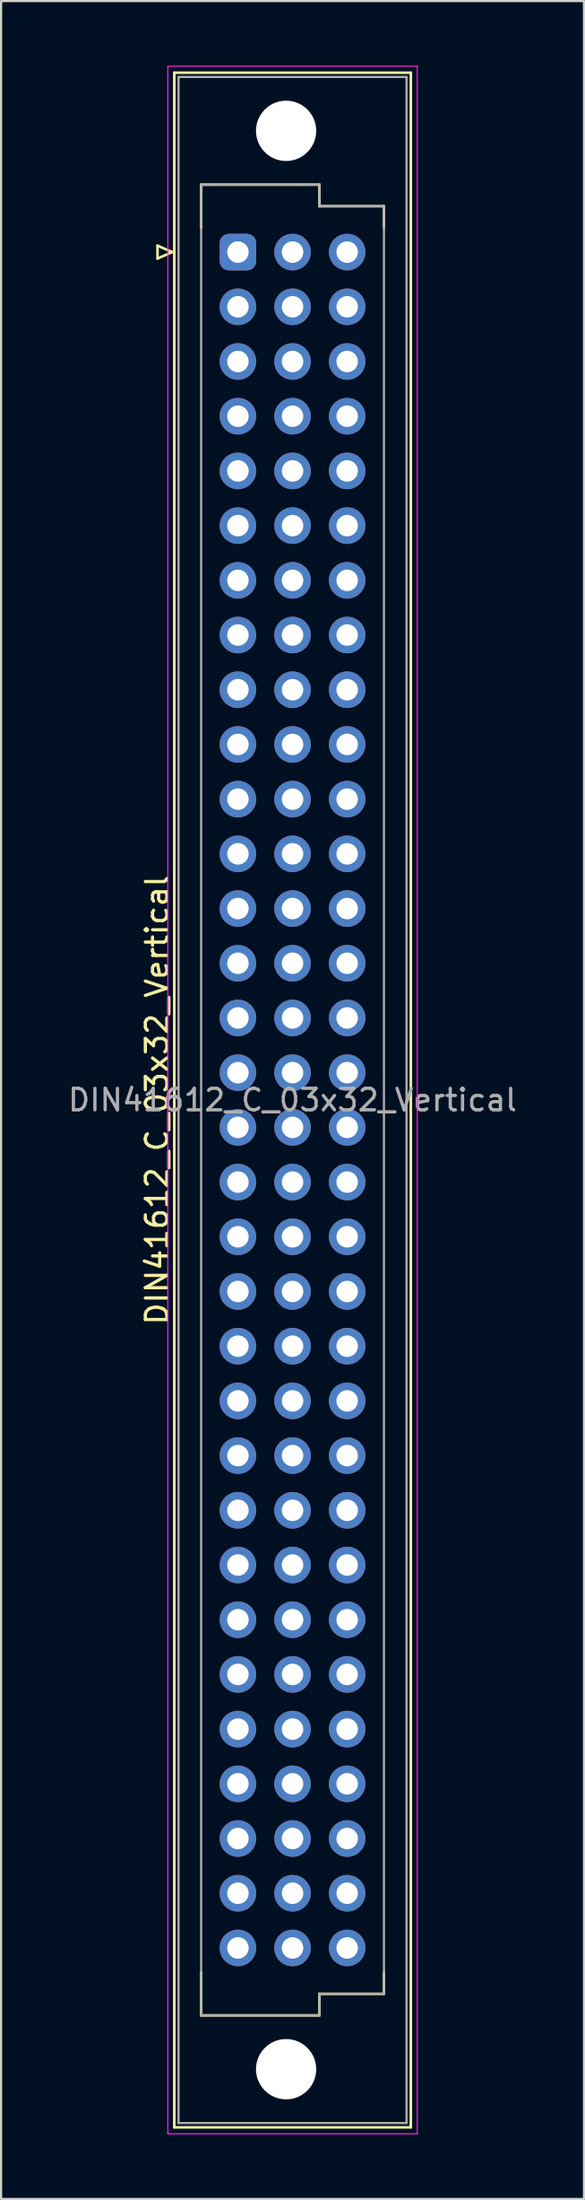
<source format=kicad_pcb>
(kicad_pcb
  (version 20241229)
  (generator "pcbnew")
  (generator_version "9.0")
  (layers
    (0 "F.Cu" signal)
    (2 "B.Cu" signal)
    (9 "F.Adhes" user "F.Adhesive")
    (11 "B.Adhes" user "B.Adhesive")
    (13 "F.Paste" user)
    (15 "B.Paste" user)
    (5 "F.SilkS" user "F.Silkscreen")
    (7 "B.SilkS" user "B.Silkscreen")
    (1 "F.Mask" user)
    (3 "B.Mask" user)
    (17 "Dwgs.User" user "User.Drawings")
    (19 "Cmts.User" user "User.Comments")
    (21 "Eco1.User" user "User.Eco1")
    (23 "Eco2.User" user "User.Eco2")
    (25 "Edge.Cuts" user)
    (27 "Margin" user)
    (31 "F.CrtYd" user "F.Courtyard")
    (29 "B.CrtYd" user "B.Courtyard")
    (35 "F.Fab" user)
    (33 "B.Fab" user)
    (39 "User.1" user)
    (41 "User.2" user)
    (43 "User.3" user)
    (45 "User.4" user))
  (footprint "DIN41612_C_03x32_Vertical"
    (layer "F.Cu")
    (at 8.014 8.655)
    (property "Reference" "DIN41612_C_03x32_Vertical" (at -3.76 39.37 90) (layer "F.SilkS") (effects (font (size 1 1) (thickness 0.15))))
    (attr through_hole)
    (fp_line (start -3.74 -0.3) (end -3.74 0.3) (stroke (width 0.12) (type solid)) (layer "F.SilkS"))
    (fp_line (start -3.74 0.3) (end -3.06 0) (stroke (width 0.12) (type solid)) (layer "F.SilkS"))
    (fp_line (start -3.06 0) (end -3.74 -0.3) (stroke (width 0.12) (type solid)) (layer "F.SilkS"))
    (fp_line (start -2.96 -8.33) (end 8.04 -8.33) (stroke (width 0.12) (type solid)) (layer "F.SilkS"))
    (fp_line (start -2.96 87.07) (end -2.96 -8.33) (stroke (width 0.12) (type solid)) (layer "F.SilkS"))
    (fp_line (start -1.71 -3.13) (end 3.79 -3.13) (stroke (width 0.12) (type solid)) (layer "F.SilkS"))
    (fp_line (start -1.71 -1.13) (end -1.71 -3.13) (stroke (width 0.12) (type solid)) (layer "F.SilkS"))
    (fp_line (start -1.71 79.87) (end -1.71 81.87) (stroke (width 0.12) (type solid)) (layer "F.SilkS"))
    (fp_line (start -1.71 81.87) (end 3.79 81.87) (stroke (width 0.12) (type solid)) (layer "F.SilkS"))
    (fp_line (start 3.79 -3.13) (end 3.79 -2.13) (stroke (width 0.12) (type solid)) (layer "F.SilkS"))
    (fp_line (start 3.79 -2.13) (end 6.79 -2.13) (stroke (width 0.12) (type solid)) (layer "F.SilkS"))
    (fp_line (start 3.79 80.87) (end 6.79 80.87) (stroke (width 0.12) (type solid)) (layer "F.SilkS"))
    (fp_line (start 3.79 81.87) (end 3.79 80.87) (stroke (width 0.12) (type solid)) (layer "F.SilkS"))
    (fp_line (start 6.79 -2.13) (end 6.79 -1.13) (stroke (width 0.12) (type solid)) (layer "F.SilkS"))
    (fp_line (start 6.79 80.87) (end 6.79 79.87) (stroke (width 0.12) (type solid)) (layer "F.SilkS"))
    (fp_line (start 8.04 -8.33) (end 8.04 87.07) (stroke (width 0.12) (type solid)) (layer "F.SilkS"))
    (fp_line (start 8.04 87.07) (end -2.96 87.07) (stroke (width 0.12) (type solid)) (layer "F.SilkS"))
    (fp_line (start -3.26 -8.63) (end 8.34 -8.63) (stroke (width 0.05) (type solid)) (layer "F.CrtYd"))
    (fp_line (start -3.26 87.37) (end -3.26 -8.63) (stroke (width 0.05) (type solid)) (layer "F.CrtYd"))
    (fp_line (start 8.34 -8.63) (end 8.34 87.37) (stroke (width 0.05) (type solid)) (layer "F.CrtYd"))
    (fp_line (start 8.34 87.37) (end -3.26 87.37) (stroke (width 0.05) (type solid)) (layer "F.CrtYd"))
    (fp_line (start -2.76 -8.13) (end 7.84 -8.13) (stroke (width 0.1) (type solid)) (layer "F.Fab"))
    (fp_line (start -2.76 86.87) (end -2.76 -8.13) (stroke (width 0.1) (type solid)) (layer "F.Fab"))
    (fp_line (start -1.71 -3.13) (end 3.79 -3.13) (stroke (width 0.1) (type solid)) (layer "F.Fab"))
    (fp_line (start -1.71 81.87) (end -1.71 -3.13) (stroke (width 0.1) (type solid)) (layer "F.Fab"))
    (fp_line (start 3.79 -3.13) (end 3.79 -2.13) (stroke (width 0.1) (type solid)) (layer "F.Fab"))
    (fp_line (start 3.79 -2.13) (end 6.79 -2.13) (stroke (width 0.1) (type solid)) (layer "F.Fab"))
    (fp_line (start 3.79 80.87) (end 3.79 81.87) (stroke (width 0.1) (type solid)) (layer "F.Fab"))
    (fp_line (start 3.79 81.87) (end -1.71 81.87) (stroke (width 0.1) (type solid)) (layer "F.Fab"))
    (fp_line (start 6.79 -2.13) (end 6.79 80.87) (stroke (width 0.1) (type solid)) (layer "F.Fab"))
    (fp_line (start 6.79 80.87) (end 3.79 80.87) (stroke (width 0.1) (type solid)) (layer "F.Fab"))
    (fp_line (start 7.84 -8.13) (end 7.84 86.87) (stroke (width 0.1) (type solid)) (layer "F.Fab"))
    (fp_line (start 7.84 86.87) (end -2.76 86.87) (stroke (width 0.1) (type solid)) (layer "F.Fab"))
    (fp_text user "${REFERENCE}" (at 2.54 39.37 0) (layer "F.Fab") (effects (font (size 1 1) (thickness 0.15))))
    (pad "" np_thru_hole circle (at 2.24 -5.63) (size 2.8 2.8) (drill 2.8) (layers "*.Cu" "*.Mask"))
    (pad "" np_thru_hole circle (at 2.24 84.37) (size 2.8 2.8) (drill 2.8) (layers "*.Cu" "*.Mask"))
    (pad "a1" thru_hole roundrect (at 0 0) (size 1.7 1.7) (drill 1) (layers "*.Cu" "*.Mask") (roundrect_rratio 0.25))
    (pad "a2" thru_hole circle (at 0 2.54) (size 1.7 1.7) (drill 1) (layers "*.Cu" "*.Mask"))
    (pad "a3" thru_hole circle (at 0 5.08) (size 1.7 1.7) (drill 1) (layers "*.Cu" "*.Mask"))
    (pad "a4" thru_hole circle (at 0 7.62) (size 1.7 1.7) (drill 1) (layers "*.Cu" "*.Mask"))
    (pad "a5" thru_hole circle (at 0 10.16) (size 1.7 1.7) (drill 1) (layers "*.Cu" "*.Mask"))
    (pad "a6" thru_hole circle (at 0 12.7) (size 1.7 1.7) (drill 1) (layers "*.Cu" "*.Mask"))
    (pad "a7" thru_hole circle (at 0 15.24) (size 1.7 1.7) (drill 1) (layers "*.Cu" "*.Mask"))
    (pad "a8" thru_hole circle (at 0 17.78) (size 1.7 1.7) (drill 1) (layers "*.Cu" "*.Mask"))
    (pad "a9" thru_hole circle (at 0 20.32) (size 1.7 1.7) (drill 1) (layers "*.Cu" "*.Mask"))
    (pad "a10" thru_hole circle (at 0 22.86) (size 1.7 1.7) (drill 1) (layers "*.Cu" "*.Mask"))
    (pad "a11" thru_hole circle (at 0 25.4) (size 1.7 1.7) (drill 1) (layers "*.Cu" "*.Mask"))
    (pad "a12" thru_hole circle (at 0 27.94) (size 1.7 1.7) (drill 1) (layers "*.Cu" "*.Mask"))
    (pad "a13" thru_hole circle (at 0 30.48) (size 1.7 1.7) (drill 1) (layers "*.Cu" "*.Mask"))
    (pad "a14" thru_hole circle (at 0 33.02) (size 1.7 1.7) (drill 1) (layers "*.Cu" "*.Mask"))
    (pad "a15" thru_hole circle (at 0 35.56) (size 1.7 1.7) (drill 1) (layers "*.Cu" "*.Mask"))
    (pad "a16" thru_hole circle (at 0 38.1) (size 1.7 1.7) (drill 1) (layers "*.Cu" "*.Mask"))
    (pad "a17" thru_hole circle (at 0 40.64) (size 1.7 1.7) (drill 1) (layers "*.Cu" "*.Mask"))
    (pad "a18" thru_hole circle (at 0 43.18) (size 1.7 1.7) (drill 1) (layers "*.Cu" "*.Mask"))
    (pad "a19" thru_hole circle (at 0 45.72) (size 1.7 1.7) (drill 1) (layers "*.Cu" "*.Mask"))
    (pad "a20" thru_hole circle (at 0 48.26) (size 1.7 1.7) (drill 1) (layers "*.Cu" "*.Mask"))
    (pad "a21" thru_hole circle (at 0 50.8) (size 1.7 1.7) (drill 1) (layers "*.Cu" "*.Mask"))
    (pad "a22" thru_hole circle (at 0 53.34) (size 1.7 1.7) (drill 1) (layers "*.Cu" "*.Mask"))
    (pad "a23" thru_hole circle (at 0 55.88) (size 1.7 1.7) (drill 1) (layers "*.Cu" "*.Mask"))
    (pad "a24" thru_hole circle (at 0 58.42) (size 1.7 1.7) (drill 1) (layers "*.Cu" "*.Mask"))
    (pad "a25" thru_hole circle (at 0 60.96) (size 1.7 1.7) (drill 1) (layers "*.Cu" "*.Mask"))
    (pad "a26" thru_hole circle (at 0 63.5) (size 1.7 1.7) (drill 1) (layers "*.Cu" "*.Mask"))
    (pad "a27" thru_hole circle (at 0 66.04) (size 1.7 1.7) (drill 1) (layers "*.Cu" "*.Mask"))
    (pad "a28" thru_hole circle (at 0 68.58) (size 1.7 1.7) (drill 1) (layers "*.Cu" "*.Mask"))
    (pad "a29" thru_hole circle (at 0 71.12) (size 1.7 1.7) (drill 1) (layers "*.Cu" "*.Mask"))
    (pad "a30" thru_hole circle (at 0 73.66) (size 1.7 1.7) (drill 1) (layers "*.Cu" "*.Mask"))
    (pad "a31" thru_hole circle (at 0 76.2) (size 1.7 1.7) (drill 1) (layers "*.Cu" "*.Mask"))
    (pad "a32" thru_hole circle (at 0 78.74) (size 1.7 1.7) (drill 1) (layers "*.Cu" "*.Mask"))
    (pad "b1" thru_hole circle (at 2.54 0) (size 1.7 1.7) (drill 1) (layers "*.Cu" "*.Mask"))
    (pad "b2" thru_hole circle (at 2.54 2.54) (size 1.7 1.7) (drill 1) (layers "*.Cu" "*.Mask"))
    (pad "b3" thru_hole circle (at 2.54 5.08) (size 1.7 1.7) (drill 1) (layers "*.Cu" "*.Mask"))
    (pad "b4" thru_hole circle (at 2.54 7.62) (size 1.7 1.7) (drill 1) (layers "*.Cu" "*.Mask"))
    (pad "b5" thru_hole circle (at 2.54 10.16) (size 1.7 1.7) (drill 1) (layers "*.Cu" "*.Mask"))
    (pad "b6" thru_hole circle (at 2.54 12.7) (size 1.7 1.7) (drill 1) (layers "*.Cu" "*.Mask"))
    (pad "b7" thru_hole circle (at 2.54 15.24) (size 1.7 1.7) (drill 1) (layers "*.Cu" "*.Mask"))
    (pad "b8" thru_hole circle (at 2.54 17.78) (size 1.7 1.7) (drill 1) (layers "*.Cu" "*.Mask"))
    (pad "b9" thru_hole circle (at 2.54 20.32) (size 1.7 1.7) (drill 1) (layers "*.Cu" "*.Mask"))
    (pad "b10" thru_hole circle (at 2.54 22.86) (size 1.7 1.7) (drill 1) (layers "*.Cu" "*.Mask"))
    (pad "b11" thru_hole circle (at 2.54 25.4) (size 1.7 1.7) (drill 1) (layers "*.Cu" "*.Mask"))
    (pad "b12" thru_hole circle (at 2.54 27.94) (size 1.7 1.7) (drill 1) (layers "*.Cu" "*.Mask"))
    (pad "b13" thru_hole circle (at 2.54 30.48) (size 1.7 1.7) (drill 1) (layers "*.Cu" "*.Mask"))
    (pad "b14" thru_hole circle (at 2.54 33.02) (size 1.7 1.7) (drill 1) (layers "*.Cu" "*.Mask"))
    (pad "b15" thru_hole circle (at 2.54 35.56) (size 1.7 1.7) (drill 1) (layers "*.Cu" "*.Mask"))
    (pad "b16" thru_hole circle (at 2.54 38.1) (size 1.7 1.7) (drill 1) (layers "*.Cu" "*.Mask"))
    (pad "b17" thru_hole circle (at 2.54 40.64) (size 1.7 1.7) (drill 1) (layers "*.Cu" "*.Mask"))
    (pad "b18" thru_hole circle (at 2.54 43.18) (size 1.7 1.7) (drill 1) (layers "*.Cu" "*.Mask"))
    (pad "b19" thru_hole circle (at 2.54 45.72) (size 1.7 1.7) (drill 1) (layers "*.Cu" "*.Mask"))
    (pad "b20" thru_hole circle (at 2.54 48.26) (size 1.7 1.7) (drill 1) (layers "*.Cu" "*.Mask"))
    (pad "b21" thru_hole circle (at 2.54 50.8) (size 1.7 1.7) (drill 1) (layers "*.Cu" "*.Mask"))
    (pad "b22" thru_hole circle (at 2.54 53.34) (size 1.7 1.7) (drill 1) (layers "*.Cu" "*.Mask"))
    (pad "b23" thru_hole circle (at 2.54 55.88) (size 1.7 1.7) (drill 1) (layers "*.Cu" "*.Mask"))
    (pad "b24" thru_hole circle (at 2.54 58.42) (size 1.7 1.7) (drill 1) (layers "*.Cu" "*.Mask"))
    (pad "b25" thru_hole circle (at 2.54 60.96) (size 1.7 1.7) (drill 1) (layers "*.Cu" "*.Mask"))
    (pad "b26" thru_hole circle (at 2.54 63.5) (size 1.7 1.7) (drill 1) (layers "*.Cu" "*.Mask"))
    (pad "b27" thru_hole circle (at 2.54 66.04) (size 1.7 1.7) (drill 1) (layers "*.Cu" "*.Mask"))
    (pad "b28" thru_hole circle (at 2.54 68.58) (size 1.7 1.7) (drill 1) (layers "*.Cu" "*.Mask"))
    (pad "b29" thru_hole circle (at 2.54 71.12) (size 1.7 1.7) (drill 1) (layers "*.Cu" "*.Mask"))
    (pad "b30" thru_hole circle (at 2.54 73.66) (size 1.7 1.7) (drill 1) (layers "*.Cu" "*.Mask"))
    (pad "b31" thru_hole circle (at 2.54 76.2) (size 1.7 1.7) (drill 1) (layers "*.Cu" "*.Mask"))
    (pad "b32" thru_hole circle (at 2.54 78.74) (size 1.7 1.7) (drill 1) (layers "*.Cu" "*.Mask"))
    (pad "c1" thru_hole circle (at 5.08 0) (size 1.7 1.7) (drill 1) (layers "*.Cu" "*.Mask"))
    (pad "c2" thru_hole circle (at 5.08 2.54) (size 1.7 1.7) (drill 1) (layers "*.Cu" "*.Mask"))
    (pad "c3" thru_hole circle (at 5.08 5.08) (size 1.7 1.7) (drill 1) (layers "*.Cu" "*.Mask"))
    (pad "c4" thru_hole circle (at 5.08 7.62) (size 1.7 1.7) (drill 1) (layers "*.Cu" "*.Mask"))
    (pad "c5" thru_hole circle (at 5.08 10.16) (size 1.7 1.7) (drill 1) (layers "*.Cu" "*.Mask"))
    (pad "c6" thru_hole circle (at 5.08 12.7) (size 1.7 1.7) (drill 1) (layers "*.Cu" "*.Mask"))
    (pad "c7" thru_hole circle (at 5.08 15.24) (size 1.7 1.7) (drill 1) (layers "*.Cu" "*.Mask"))
    (pad "c8" thru_hole circle (at 5.08 17.78) (size 1.7 1.7) (drill 1) (layers "*.Cu" "*.Mask"))
    (pad "c9" thru_hole circle (at 5.08 20.32) (size 1.7 1.7) (drill 1) (layers "*.Cu" "*.Mask"))
    (pad "c10" thru_hole circle (at 5.08 22.86) (size 1.7 1.7) (drill 1) (layers "*.Cu" "*.Mask"))
    (pad "c11" thru_hole circle (at 5.08 25.4) (size 1.7 1.7) (drill 1) (layers "*.Cu" "*.Mask"))
    (pad "c12" thru_hole circle (at 5.08 27.94) (size 1.7 1.7) (drill 1) (layers "*.Cu" "*.Mask"))
    (pad "c13" thru_hole circle (at 5.08 30.48) (size 1.7 1.7) (drill 1) (layers "*.Cu" "*.Mask"))
    (pad "c14" thru_hole circle (at 5.08 33.02) (size 1.7 1.7) (drill 1) (layers "*.Cu" "*.Mask"))
    (pad "c15" thru_hole circle (at 5.08 35.56) (size 1.7 1.7) (drill 1) (layers "*.Cu" "*.Mask"))
    (pad "c16" thru_hole circle (at 5.08 38.1) (size 1.7 1.7) (drill 1) (layers "*.Cu" "*.Mask"))
    (pad "c17" thru_hole circle (at 5.08 40.64) (size 1.7 1.7) (drill 1) (layers "*.Cu" "*.Mask"))
    (pad "c18" thru_hole circle (at 5.08 43.18) (size 1.7 1.7) (drill 1) (layers "*.Cu" "*.Mask"))
    (pad "c19" thru_hole circle (at 5.08 45.72) (size 1.7 1.7) (drill 1) (layers "*.Cu" "*.Mask"))
    (pad "c20" thru_hole circle (at 5.08 48.26) (size 1.7 1.7) (drill 1) (layers "*.Cu" "*.Mask"))
    (pad "c21" thru_hole circle (at 5.08 50.8) (size 1.7 1.7) (drill 1) (layers "*.Cu" "*.Mask"))
    (pad "c22" thru_hole circle (at 5.08 53.34) (size 1.7 1.7) (drill 1) (layers "*.Cu" "*.Mask"))
    (pad "c23" thru_hole circle (at 5.08 55.88) (size 1.7 1.7) (drill 1) (layers "*.Cu" "*.Mask"))
    (pad "c24" thru_hole circle (at 5.08 58.42) (size 1.7 1.7) (drill 1) (layers "*.Cu" "*.Mask"))
    (pad "c25" thru_hole circle (at 5.08 60.96) (size 1.7 1.7) (drill 1) (layers "*.Cu" "*.Mask"))
    (pad "c26" thru_hole circle (at 5.08 63.5) (size 1.7 1.7) (drill 1) (layers "*.Cu" "*.Mask"))
    (pad "c27" thru_hole circle (at 5.08 66.04) (size 1.7 1.7) (drill 1) (layers "*.Cu" "*.Mask"))
    (pad "c28" thru_hole circle (at 5.08 68.58) (size 1.7 1.7) (drill 1) (layers "*.Cu" "*.Mask"))
    (pad "c29" thru_hole circle (at 5.08 71.12) (size 1.7 1.7) (drill 1) (layers "*.Cu" "*.Mask"))
    (pad "c30" thru_hole circle (at 5.08 73.66) (size 1.7 1.7) (drill 1) (layers "*.Cu" "*.Mask"))
    (pad "c31" thru_hole circle (at 5.08 76.2) (size 1.7 1.7) (drill 1) (layers "*.Cu" "*.Mask"))
    (pad "c32" thru_hole circle (at 5.08 78.74) (size 1.7 1.7) (drill 1) (layers "*.Cu" "*.Mask")))
  (gr_rect
    (start -3 -3)
    (end 24.107 99.05)
    (stroke (width 0.1) (type default))
    (fill no)
    (layer "Edge.Cuts")))
</source>
